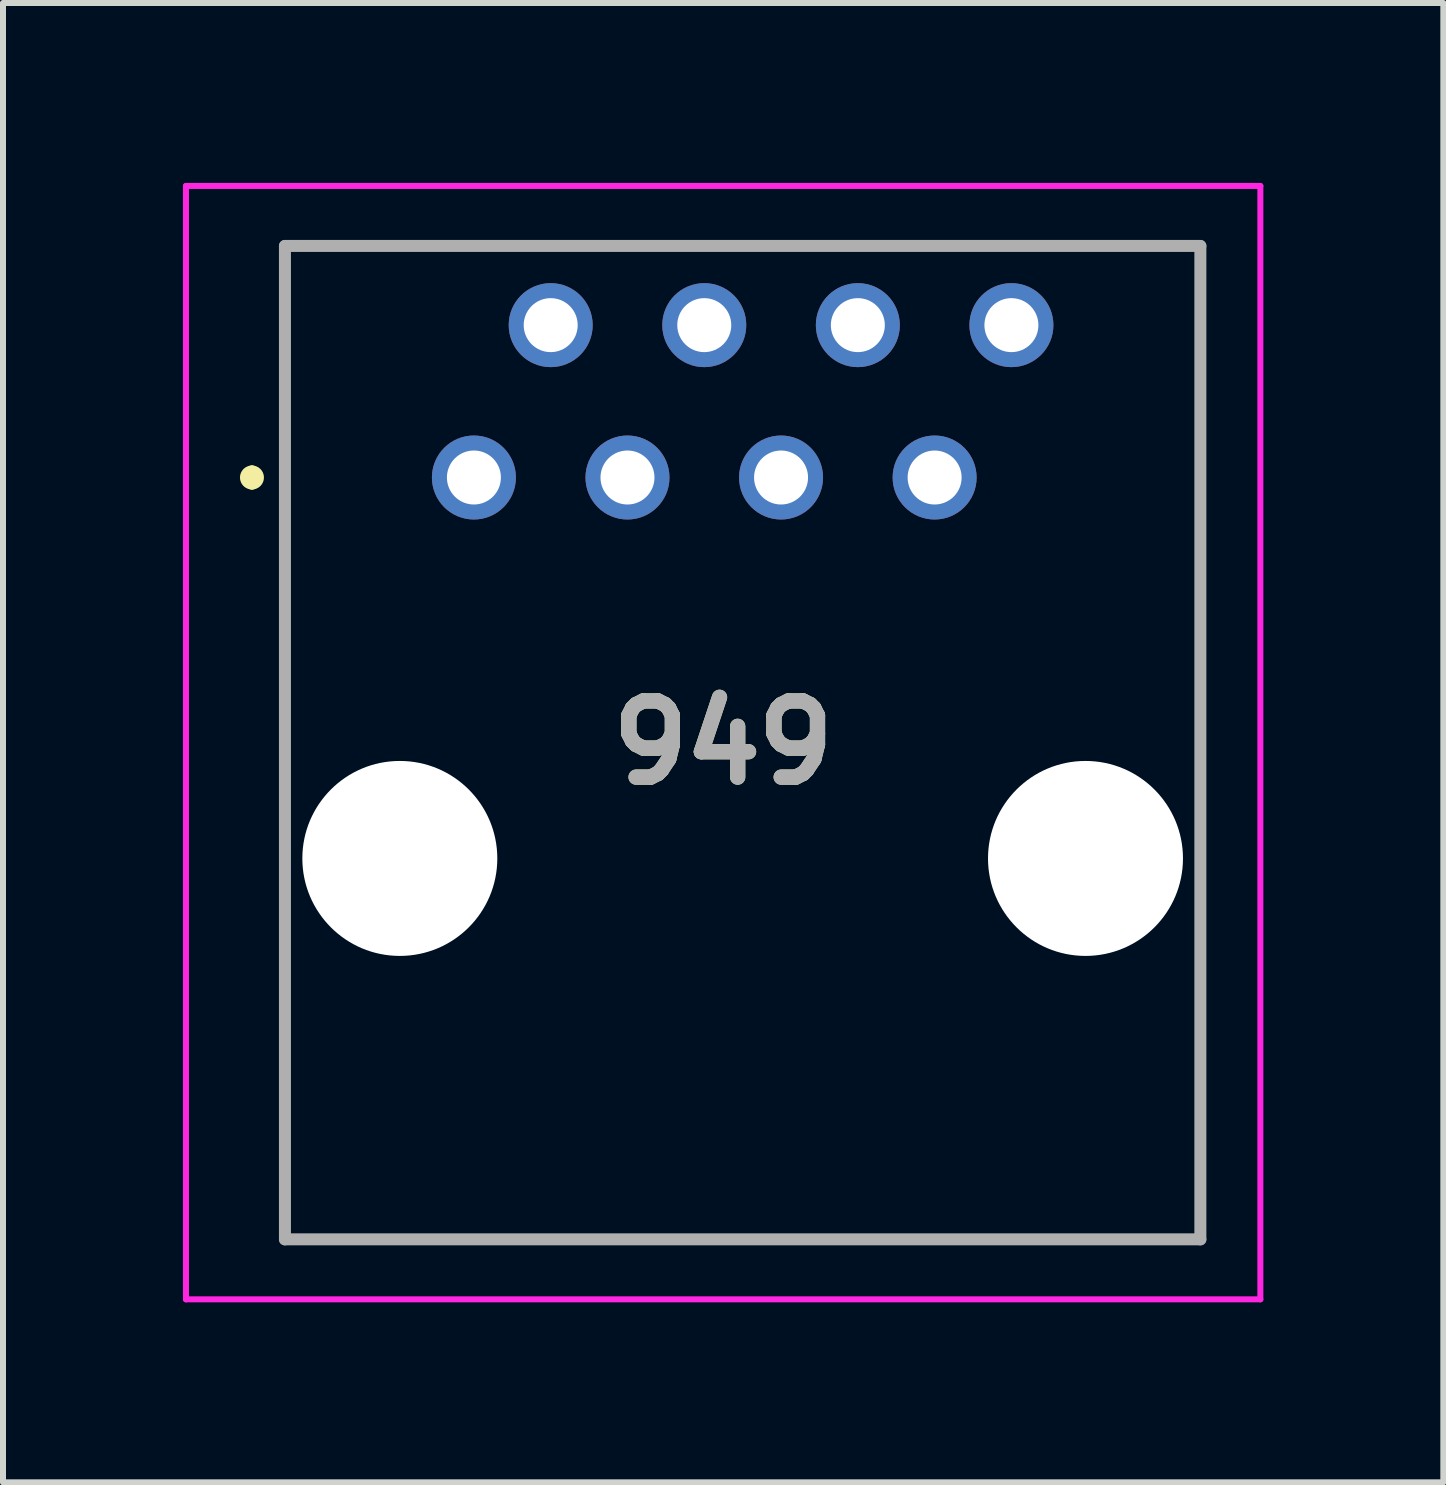
<source format=kicad_pcb>
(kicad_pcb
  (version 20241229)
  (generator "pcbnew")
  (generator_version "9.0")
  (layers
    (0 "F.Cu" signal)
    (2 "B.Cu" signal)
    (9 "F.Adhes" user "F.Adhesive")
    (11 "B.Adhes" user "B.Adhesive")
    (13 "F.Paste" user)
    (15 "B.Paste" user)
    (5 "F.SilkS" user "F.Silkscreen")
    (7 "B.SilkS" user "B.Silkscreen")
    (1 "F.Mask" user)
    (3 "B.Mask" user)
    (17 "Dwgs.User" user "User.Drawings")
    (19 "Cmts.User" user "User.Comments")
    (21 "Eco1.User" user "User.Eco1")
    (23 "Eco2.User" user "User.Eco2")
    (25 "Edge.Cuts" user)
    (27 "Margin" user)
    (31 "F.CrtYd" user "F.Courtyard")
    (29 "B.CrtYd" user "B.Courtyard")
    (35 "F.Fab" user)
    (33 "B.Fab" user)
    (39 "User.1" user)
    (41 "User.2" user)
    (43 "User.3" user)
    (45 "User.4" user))
  (footprint "949"
    (layer "F.Cu")
    (at 4.85 4.91)
    (property "Reference" "949" (at 4.155 4.42 0) (layer "F.SilkS") (effects (font (size 1.27 1.27) (thickness 0.254))))
    (attr through_hole)
    (fp_line (start -3.7 -0.1) (end -3.7 -0.1) (stroke (width 0.2) (type solid)) (layer "F.SilkS"))
    (fp_line (start -3.7 0.1) (end -3.7 0.1) (stroke (width 0.2) (type solid)) (layer "F.SilkS"))
    (fp_line (start -3.15 -3.86) (end 12.11 -3.86) (stroke (width 0.1) (type solid)) (layer "F.SilkS"))
    (fp_line (start -3.15 12.7) (end -3.15 -3.86) (stroke (width 0.1) (type solid)) (layer "F.SilkS"))
    (fp_line (start 12.11 -3.86) (end 12.11 12.7) (stroke (width 0.1) (type solid)) (layer "F.SilkS"))
    (fp_line (start 12.11 12.7) (end -3.15 12.7) (stroke (width 0.1) (type solid)) (layer "F.SilkS"))
    (fp_arc (start -3.7 -0.1) (mid -3.6 0) (end -3.7 0.1) (stroke (width 0.2) (type solid)) (layer "F.SilkS"))
    (fp_arc (start -3.7 0.1) (mid -3.8 0) (end -3.7 -0.1) (stroke (width 0.2) (type solid)) (layer "F.SilkS"))
    (fp_line (start -4.8 -4.86) (end 13.11 -4.86) (stroke (width 0.1) (type solid)) (layer "F.CrtYd"))
    (fp_line (start -4.8 13.7) (end -4.8 -4.86) (stroke (width 0.1) (type solid)) (layer "F.CrtYd"))
    (fp_line (start 13.11 -4.86) (end 13.11 13.7) (stroke (width 0.1) (type solid)) (layer "F.CrtYd"))
    (fp_line (start 13.11 13.7) (end -4.8 13.7) (stroke (width 0.1) (type solid)) (layer "F.CrtYd"))
    (fp_line (start -3.15 -3.86) (end 12.11 -3.86) (stroke (width 0.2) (type solid)) (layer "F.Fab"))
    (fp_line (start -3.15 12.7) (end -3.15 -3.86) (stroke (width 0.2) (type solid)) (layer "F.Fab"))
    (fp_line (start 12.11 -3.86) (end 12.11 12.7) (stroke (width 0.2) (type solid)) (layer "F.Fab"))
    (fp_line (start 12.11 12.7) (end -3.15 12.7) (stroke (width 0.2) (type solid)) (layer "F.Fab"))
    (fp_text user "${REFERENCE}" (at 4.155 4.42 0) (layer "F.Fab") (effects (font (size 1.27 1.27) (thickness 0.254))))
    (pad "" np_thru_hole circle (at -1.235 6.35) (size 3.25 3.25) (drill 3.25) (layers "*.Cu" "*.Mask"))
    (pad "" np_thru_hole circle (at 10.195 6.35) (size 3.25 3.25) (drill 3.25) (layers "*.Cu" "*.Mask"))
    (pad "1" thru_hole circle (at 0 0) (size 1.4 1.4) (drill 0.9) (layers "*.Cu" "*.Mask"))
    (pad "2" thru_hole circle (at 1.28 -2.54) (size 1.4 1.4) (drill 0.9) (layers "*.Cu" "*.Mask"))
    (pad "3" thru_hole circle (at 2.56 0) (size 1.4 1.4) (drill 0.9) (layers "*.Cu" "*.Mask"))
    (pad "4" thru_hole circle (at 3.84 -2.54) (size 1.4 1.4) (drill 0.9) (layers "*.Cu" "*.Mask"))
    (pad "5" thru_hole circle (at 5.12 0) (size 1.4 1.4) (drill 0.9) (layers "*.Cu" "*.Mask"))
    (pad "6" thru_hole circle (at 6.4 -2.54) (size 1.4 1.4) (drill 0.9) (layers "*.Cu" "*.Mask"))
    (pad "7" thru_hole circle (at 7.68 0) (size 1.4 1.4) (drill 0.9) (layers "*.Cu" "*.Mask"))
    (pad "8" thru_hole circle (at 8.96 -2.54) (size 1.4 1.4) (drill 0.9) (layers "*.Cu" "*.Mask")))
  (gr_rect
    (start -3 -3)
    (end 21.01 21.66)
    (stroke (width 0.1) (type default))
    (fill no)
    (layer "Edge.Cuts")))
</source>
